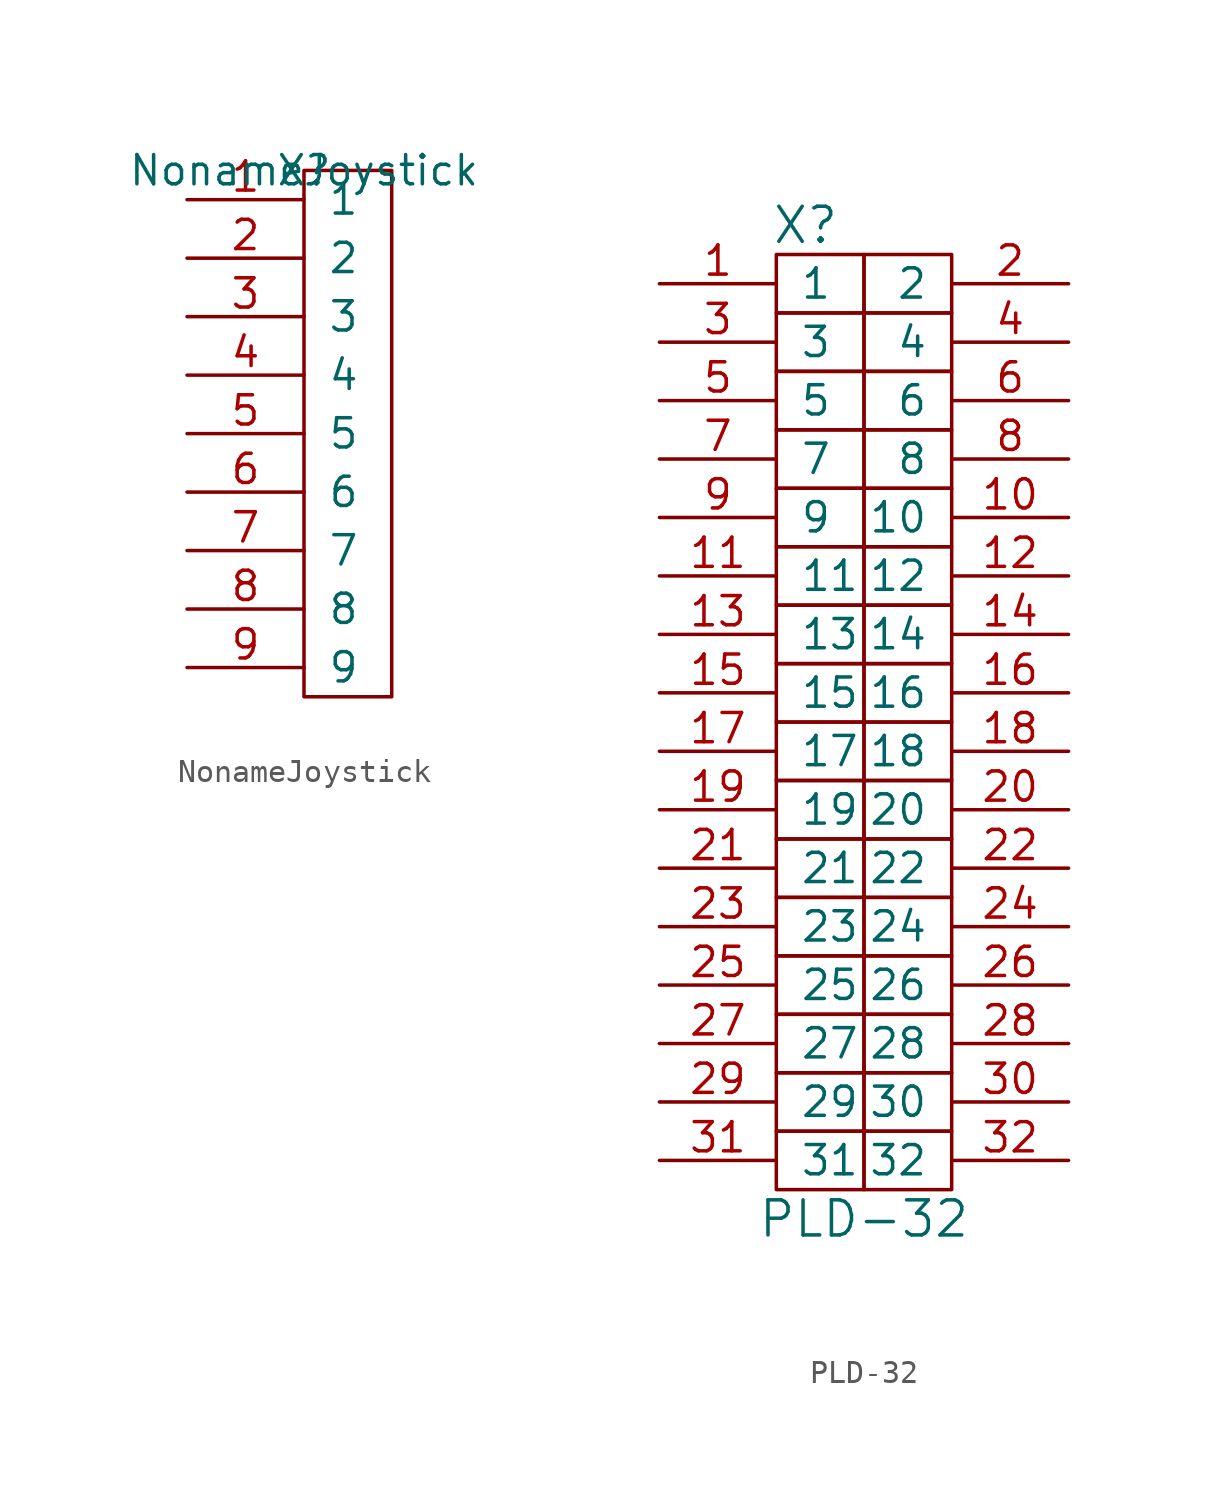
<source format=kicad_sym>
(kicad_symbol_lib
  (version 20211014)
  (generator kicad_symbol_editor)
  (symbol "NonameJoystick"
    (pin_names
      (offset 1.016))
    (property "Reference" "X"
      (at 0 0 0)
      (effects (font (size 1.27 1.27))))
    (property "Value" "NonameJoystick"
      (at 0 0 0)
      (effects (font (size 1.27 1.27))))
    (symbol "NonameJoystick_0_1"
      (rectangle (start 0 0) (end 3.81 -22.86) (stroke (width 0) (type default) (color 0 0 0 0)) (fill (type none))))
    (symbol "NonameJoystick_1_1"
      (pin passive line (at -5.08 -1.27 0) (length 5.08) (name "1" (effects (font (size 1.27 1.27)))) (number "1" (effects (font (size 1.27 1.27)))))
      (pin passive line (at -5.08 -3.81 0) (length 5.08) (name "2" (effects (font (size 1.27 1.27)))) (number "2" (effects (font (size 1.27 1.27)))))
      (pin passive line (at -5.08 -6.35 0) (length 5.08) (name "3" (effects (font (size 1.27 1.27)))) (number "3" (effects (font (size 1.27 1.27)))))
      (pin passive line (at -5.08 -8.89 0) (length 5.08) (name "4" (effects (font (size 1.27 1.27)))) (number "4" (effects (font (size 1.27 1.27)))))
      (pin passive line (at -5.08 -11.43 0) (length 5.08) (name "5" (effects (font (size 1.27 1.27)))) (number "5" (effects (font (size 1.27 1.27)))))
      (pin passive line (at -5.08 -13.97 0) (length 5.08) (name "6" (effects (font (size 1.27 1.27)))) (number "6" (effects (font (size 1.27 1.27)))))
      (pin passive line (at -5.08 -16.51 0) (length 5.08) (name "7" (effects (font (size 1.27 1.27)))) (number "7" (effects (font (size 1.27 1.27)))))
      (pin passive line (at -5.08 -19.05 0) (length 5.08) (name "8" (effects (font (size 1.27 1.27)))) (number "8" (effects (font (size 1.27 1.27)))))
      (pin passive line (at -5.08 -21.59 0) (length 5.08) (name "9" (effects (font (size 1.27 1.27)))) (number "9" (effects (font (size 1.27 1.27)))))))
  (symbol "PLD-32"
    (pin_names
      (offset 1.016))
    (property "Reference" "X"
      (at 1.27 1.27 0)
      (effects (font (size 1.524 1.524))))
    (property "Value" "PLD-32"
      (at 3.81 -41.91 0)
      (effects (font (size 1.524 1.524))))
    (symbol "PLD-32_0_1"
      (rectangle (start 0 -38.1) (end 3.81 -40.64) (stroke (width 0) (type default) (color 0 0 0 0)) (fill (type none)))
      (rectangle (start 0 -35.56) (end 3.81 -38.1) (stroke (width 0) (type default) (color 0 0 0 0)) (fill (type none)))
      (rectangle (start 0 -33.02) (end 3.81 -35.56) (stroke (width 0) (type default) (color 0 0 0 0)) (fill (type none)))
      (rectangle (start 0 -30.48) (end 3.81 -33.02) (stroke (width 0) (type default) (color 0 0 0 0)) (fill (type none)))
      (rectangle (start 0 -27.94) (end 3.81 -30.48) (stroke (width 0) (type default) (color 0 0 0 0)) (fill (type none)))
      (rectangle (start 0 -25.4) (end 3.81 -27.94) (stroke (width 0) (type default) (color 0 0 0 0)) (fill (type none)))
      (rectangle (start 0 -22.86) (end 3.81 -25.4) (stroke (width 0) (type default) (color 0 0 0 0)) (fill (type none)))
      (rectangle (start 0 -20.32) (end 3.81 -22.86) (stroke (width 0) (type default) (color 0 0 0 0)) (fill (type none)))
      (rectangle (start 0 -17.78) (end 3.81 -20.32) (stroke (width 0) (type default) (color 0 0 0 0)) (fill (type none)))
      (rectangle (start 0 -15.24) (end 3.81 -17.78) (stroke (width 0) (type default) (color 0 0 0 0)) (fill (type none)))
      (rectangle (start 0 -12.7) (end 3.81 -15.24) (stroke (width 0) (type default) (color 0 0 0 0)) (fill (type none)))
      (rectangle (start 0 -10.16) (end 3.81 -12.7) (stroke (width 0) (type default) (color 0 0 0 0)) (fill (type none)))
      (rectangle (start 0 -7.62) (end 3.81 -10.16) (stroke (width 0) (type default) (color 0 0 0 0)) (fill (type none)))
      (rectangle (start 0 -5.08) (end 3.81 -7.62) (stroke (width 0) (type default) (color 0 0 0 0)) (fill (type none)))
      (rectangle (start 0 -2.54) (end 3.81 -5.08) (stroke (width 0) (type default) (color 0 0 0 0)) (fill (type none)))
      (rectangle (start 0 0) (end 3.81 -2.54) (stroke (width 0) (type default) (color 0 0 0 0)) (fill (type none)))
      (rectangle (start 3.81 -38.1) (end 7.62 -40.64) (stroke (width 0) (type default) (color 0 0 0 0)) (fill (type none)))
      (rectangle (start 3.81 -35.56) (end 7.62 -38.1) (stroke (width 0) (type default) (color 0 0 0 0)) (fill (type none)))
      (rectangle (start 3.81 -33.02) (end 7.62 -35.56) (stroke (width 0) (type default) (color 0 0 0 0)) (fill (type none)))
      (rectangle (start 3.81 -30.48) (end 7.62 -33.02) (stroke (width 0) (type default) (color 0 0 0 0)) (fill (type none)))
      (rectangle (start 3.81 -27.94) (end 7.62 -30.48) (stroke (width 0) (type default) (color 0 0 0 0)) (fill (type none)))
      (rectangle (start 3.81 -25.4) (end 7.62 -27.94) (stroke (width 0) (type default) (color 0 0 0 0)) (fill (type none)))
      (rectangle (start 3.81 -22.86) (end 7.62 -25.4) (stroke (width 0) (type default) (color 0 0 0 0)) (fill (type none)))
      (rectangle (start 3.81 -20.32) (end 7.62 -22.86) (stroke (width 0) (type default) (color 0 0 0 0)) (fill (type none)))
      (rectangle (start 3.81 -17.78) (end 7.62 -20.32) (stroke (width 0) (type default) (color 0 0 0 0)) (fill (type none)))
      (rectangle (start 3.81 -15.24) (end 7.62 -17.78) (stroke (width 0) (type default) (color 0 0 0 0)) (fill (type none)))
      (rectangle (start 3.81 -12.7) (end 7.62 -15.24) (stroke (width 0) (type default) (color 0 0 0 0)) (fill (type none)))
      (rectangle (start 3.81 -10.16) (end 7.62 -12.7) (stroke (width 0) (type default) (color 0 0 0 0)) (fill (type none)))
      (rectangle (start 3.81 -7.62) (end 7.62 -10.16) (stroke (width 0) (type default) (color 0 0 0 0)) (fill (type none)))
      (rectangle (start 3.81 -5.08) (end 7.62 -7.62) (stroke (width 0) (type default) (color 0 0 0 0)) (fill (type none)))
      (rectangle (start 3.81 -2.54) (end 7.62 -5.08) (stroke (width 0) (type default) (color 0 0 0 0)) (fill (type none)))
      (rectangle (start 3.81 0) (end 7.62 -2.54) (stroke (width 0) (type default) (color 0 0 0 0)) (fill (type none))))
    (symbol "PLD-32_1_1"
      (pin passive line (at -5.08 -1.27 0) (length 5.08) (name "1" (effects (font (size 1.27 1.27)))) (number "1" (effects (font (size 1.27 1.27)))))
      (pin passive line (at 12.7 -11.43 180) (length 5.08) (name "10" (effects (font (size 1.27 1.27)))) (number "10" (effects (font (size 1.27 1.27)))))
      (pin passive line (at -5.08 -13.97 0) (length 5.08) (name "11" (effects (font (size 1.27 1.27)))) (number "11" (effects (font (size 1.27 1.27)))))
      (pin passive line (at 12.7 -13.97 180) (length 5.08) (name "12" (effects (font (size 1.27 1.27)))) (number "12" (effects (font (size 1.27 1.27)))))
      (pin passive line (at -5.08 -16.51 0) (length 5.08) (name "13" (effects (font (size 1.27 1.27)))) (number "13" (effects (font (size 1.27 1.27)))))
      (pin passive line (at 12.7 -16.51 180) (length 5.08) (name "14" (effects (font (size 1.27 1.27)))) (number "14" (effects (font (size 1.27 1.27)))))
      (pin passive line (at -5.08 -19.05 0) (length 5.08) (name "15" (effects (font (size 1.27 1.27)))) (number "15" (effects (font (size 1.27 1.27)))))
      (pin passive line (at 12.7 -19.05 180) (length 5.08) (name "16" (effects (font (size 1.27 1.27)))) (number "16" (effects (font (size 1.27 1.27)))))
      (pin passive line (at -5.08 -21.59 0) (length 5.08) (name "17" (effects (font (size 1.27 1.27)))) (number "17" (effects (font (size 1.27 1.27)))))
      (pin passive line (at 12.7 -21.59 180) (length 5.08) (name "18" (effects (font (size 1.27 1.27)))) (number "18" (effects (font (size 1.27 1.27)))))
      (pin passive line (at -5.08 -24.13 0) (length 5.08) (name "19" (effects (font (size 1.27 1.27)))) (number "19" (effects (font (size 1.27 1.27)))))
      (pin passive line (at 12.7 -1.27 180) (length 5.08) (name "2" (effects (font (size 1.27 1.27)))) (number "2" (effects (font (size 1.27 1.27)))))
      (pin passive line (at 12.7 -24.13 180) (length 5.08) (name "20" (effects (font (size 1.27 1.27)))) (number "20" (effects (font (size 1.27 1.27)))))
      (pin passive line (at -5.08 -26.67 0) (length 5.08) (name "21" (effects (font (size 1.27 1.27)))) (number "21" (effects (font (size 1.27 1.27)))))
      (pin passive line (at 12.7 -26.67 180) (length 5.08) (name "22" (effects (font (size 1.27 1.27)))) (number "22" (effects (font (size 1.27 1.27)))))
      (pin passive line (at -5.08 -29.21 0) (length 5.08) (name "23" (effects (font (size 1.27 1.27)))) (number "23" (effects (font (size 1.27 1.27)))))
      (pin passive line (at 12.7 -29.21 180) (length 5.08) (name "24" (effects (font (size 1.27 1.27)))) (number "24" (effects (font (size 1.27 1.27)))))
      (pin passive line (at -5.08 -31.75 0) (length 5.08) (name "25" (effects (font (size 1.27 1.27)))) (number "25" (effects (font (size 1.27 1.27)))))
      (pin passive line (at 12.7 -31.75 180) (length 5.08) (name "26" (effects (font (size 1.27 1.27)))) (number "26" (effects (font (size 1.27 1.27)))))
      (pin passive line (at -5.08 -34.29 0) (length 5.08) (name "27" (effects (font (size 1.27 1.27)))) (number "27" (effects (font (size 1.27 1.27)))))
      (pin passive line (at 12.7 -34.29 180) (length 5.08) (name "28" (effects (font (size 1.27 1.27)))) (number "28" (effects (font (size 1.27 1.27)))))
      (pin passive line (at -5.08 -36.83 0) (length 5.08) (name "29" (effects (font (size 1.27 1.27)))) (number "29" (effects (font (size 1.27 1.27)))))
      (pin passive line (at -5.08 -3.81 0) (length 5.08) (name "3" (effects (font (size 1.27 1.27)))) (number "3" (effects (font (size 1.27 1.27)))))
      (pin passive line (at 12.7 -36.83 180) (length 5.08) (name "30" (effects (font (size 1.27 1.27)))) (number "30" (effects (font (size 1.27 1.27)))))
      (pin passive line (at -5.08 -39.37 0) (length 5.08) (name "31" (effects (font (size 1.27 1.27)))) (number "31" (effects (font (size 1.27 1.27)))))
      (pin passive line (at 12.7 -39.37 180) (length 5.08) (name "32" (effects (font (size 1.27 1.27)))) (number "32" (effects (font (size 1.27 1.27)))))
      (pin passive line (at 12.7 -3.81 180) (length 5.08) (name "4" (effects (font (size 1.27 1.27)))) (number "4" (effects (font (size 1.27 1.27)))))
      (pin passive line (at -5.08 -6.35 0) (length 5.08) (name "5" (effects (font (size 1.27 1.27)))) (number "5" (effects (font (size 1.27 1.27)))))
      (pin passive line (at 12.7 -6.35 180) (length 5.08) (name "6" (effects (font (size 1.27 1.27)))) (number "6" (effects (font (size 1.27 1.27)))))
      (pin passive line (at -5.08 -8.89 0) (length 5.08) (name "7" (effects (font (size 1.27 1.27)))) (number "7" (effects (font (size 1.27 1.27)))))
      (pin passive line (at 12.7 -8.89 180) (length 5.08) (name "8" (effects (font (size 1.27 1.27)))) (number "8" (effects (font (size 1.27 1.27)))))
      (pin passive line (at -5.08 -11.43 0) (length 5.08) (name "9" (effects (font (size 1.27 1.27)))) (number "9" (effects (font (size 1.27 1.27))))))))
</source>
